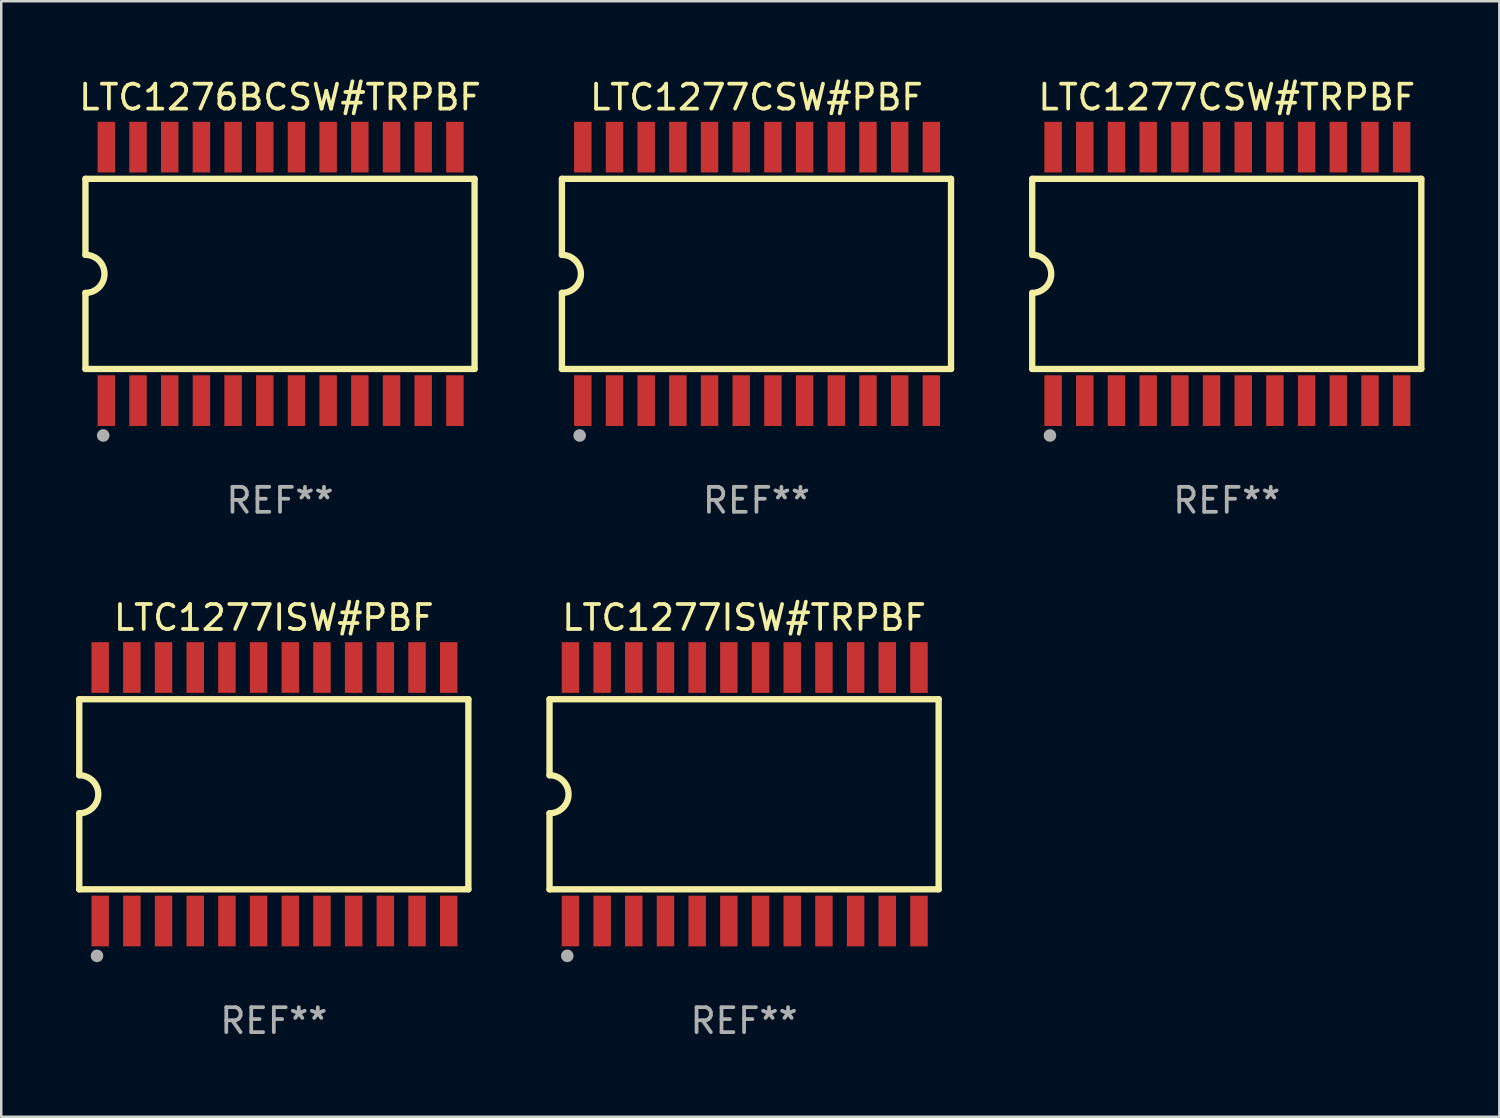
<source format=kicad_pcb>
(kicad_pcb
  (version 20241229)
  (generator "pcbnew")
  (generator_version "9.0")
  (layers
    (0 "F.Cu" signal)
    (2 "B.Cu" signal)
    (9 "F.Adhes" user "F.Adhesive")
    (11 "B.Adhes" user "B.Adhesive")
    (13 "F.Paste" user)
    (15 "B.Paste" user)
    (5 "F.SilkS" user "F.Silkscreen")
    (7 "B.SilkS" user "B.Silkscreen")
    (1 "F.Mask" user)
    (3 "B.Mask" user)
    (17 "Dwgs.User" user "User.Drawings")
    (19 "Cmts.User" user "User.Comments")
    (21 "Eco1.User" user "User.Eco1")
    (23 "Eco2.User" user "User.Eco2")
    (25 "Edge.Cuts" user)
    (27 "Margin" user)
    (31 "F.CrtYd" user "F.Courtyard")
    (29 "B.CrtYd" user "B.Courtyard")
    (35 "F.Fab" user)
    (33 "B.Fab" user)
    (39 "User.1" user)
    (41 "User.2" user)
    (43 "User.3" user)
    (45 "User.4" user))
  (footprint "LTC1277ISW#PBF"
    (layer "F.Cu")
    (at 7.925 28.785)
    (property "Reference" "LTC1277ISW#PBF" (at 0 -7.08 0) (layer "F.SilkS") (effects (font (size 1 1) (thickness 0.15))))
    (attr through_hole)
    (fp_line (start -7.798 -3.81) (end -7.798 -0.762) (stroke (width 0.254) (type solid)) (layer "F.SilkS"))
    (fp_line (start -7.798 3.81) (end -7.798 0.762) (stroke (width 0.254) (type solid)) (layer "F.SilkS"))
    (fp_line (start 7.798 -3.81) (end -7.798 -3.81) (stroke (width 0.254) (type solid)) (layer "F.SilkS"))
    (fp_line (start 7.798 3.81) (end -7.798 3.81) (stroke (width 0.254) (type solid)) (layer "F.SilkS"))
    (fp_line (start 7.798 3.81) (end 7.798 -3.81) (stroke (width 0.254) (type solid)) (layer "F.SilkS"))
    (fp_arc (start -7.797791 -0.762002) (mid -7.03579 -0.000001) (end -7.79779 0.762002) (stroke (width 0.254001) (type solid)) (layer "F.SilkS"))
    (fp_circle (center -7.825 3.75) (end -7.795 3.75) (stroke (width 0.06) (type solid)) (fill no) (layer "F.SilkS"))
    (fp_circle (center -7.087 6.477) (end -6.96 6.477) (stroke (width 0.254) (type solid)) (fill no) (layer "F.Fab"))
    (fp_text user "REF**" (at 0 9.08 0) (layer "F.Fab") (effects (font (size 1 1) (thickness 0.15))))
    (pad "1" smd rect (at -6.96 5.08 90) (size 2.032 0.7) (layers "F.Cu" "F.Mask" "F.Paste"))
    (pad "2" smd rect (at -5.69 5.08 90) (size 2.032 0.7) (layers "F.Cu" "F.Mask" "F.Paste"))
    (pad "3" smd rect (at -4.42 5.08 90) (size 2.032 0.7) (layers "F.Cu" "F.Mask" "F.Paste"))
    (pad "4" smd rect (at -3.15 5.08 90) (size 2.032 0.7) (layers "F.Cu" "F.Mask" "F.Paste"))
    (pad "5" smd rect (at -1.88 5.08 90) (size 2.032 0.7) (layers "F.Cu" "F.Mask" "F.Paste"))
    (pad "6" smd rect (at -0.61 5.08 90) (size 2.032 0.7) (layers "F.Cu" "F.Mask" "F.Paste"))
    (pad "7" smd rect (at 0.66 5.08 90) (size 2.032 0.7) (layers "F.Cu" "F.Mask" "F.Paste"))
    (pad "8" smd rect (at 1.93 5.08 90) (size 2.032 0.7) (layers "F.Cu" "F.Mask" "F.Paste"))
    (pad "9" smd rect (at 3.2 5.08 90) (size 2.032 0.7) (layers "F.Cu" "F.Mask" "F.Paste"))
    (pad "10" smd rect (at 4.47 5.08 90) (size 2.032 0.7) (layers "F.Cu" "F.Mask" "F.Paste"))
    (pad "11" smd rect (at 5.74 5.08 90) (size 2.032 0.7) (layers "F.Cu" "F.Mask" "F.Paste"))
    (pad "12" smd rect (at 7.01 5.08 90) (size 2.032 0.7) (layers "F.Cu" "F.Mask" "F.Paste"))
    (pad "13" smd rect (at 7.01 -5.08 90) (size 2.032 0.7) (layers "F.Cu" "F.Mask" "F.Paste"))
    (pad "14" smd rect (at 5.74 -5.08 90) (size 2.032 0.7) (layers "F.Cu" "F.Mask" "F.Paste"))
    (pad "15" smd rect (at 4.47 -5.08 90) (size 2.032 0.7) (layers "F.Cu" "F.Mask" "F.Paste"))
    (pad "16" smd rect (at 3.2 -5.08 90) (size 2.032 0.7) (layers "F.Cu" "F.Mask" "F.Paste"))
    (pad "17" smd rect (at 1.93 -5.08 90) (size 2.032 0.7) (layers "F.Cu" "F.Mask" "F.Paste"))
    (pad "18" smd rect (at 0.66 -5.08 90) (size 2.032 0.7) (layers "F.Cu" "F.Mask" "F.Paste"))
    (pad "19" smd rect (at -0.61 -5.08 90) (size 2.032 0.7) (layers "F.Cu" "F.Mask" "F.Paste"))
    (pad "20" smd rect (at -1.88 -5.08 90) (size 2.032 0.7) (layers "F.Cu" "F.Mask" "F.Paste"))
    (pad "21" smd rect (at -3.15 -5.08 90) (size 2.032 0.7) (layers "F.Cu" "F.Mask" "F.Paste"))
    (pad "22" smd rect (at -4.42 -5.08 90) (size 2.032 0.7) (layers "F.Cu" "F.Mask" "F.Paste"))
    (pad "23" smd rect (at -5.69 -5.08 90) (size 2.032 0.7) (layers "F.Cu" "F.Mask" "F.Paste"))
    (pad "24" smd rect (at -6.96 -5.08 90) (size 2.032 0.7) (layers "F.Cu" "F.Mask" "F.Paste")))
  (footprint "LTC1276BCSW#TRPBF"
    (layer "F.Cu")
    (at 8.173 7.928)
    (property "Reference" "LTC1276BCSW#TRPBF" (at 0 -7.08 0) (layer "F.SilkS") (effects (font (size 1 1) (thickness 0.15))))
    (attr through_hole)
    (fp_line (start -7.798 -3.81) (end -7.798 -0.762) (stroke (width 0.254) (type solid)) (layer "F.SilkS"))
    (fp_line (start -7.798 3.81) (end -7.798 0.762) (stroke (width 0.254) (type solid)) (layer "F.SilkS"))
    (fp_line (start 7.798 -3.81) (end -7.798 -3.81) (stroke (width 0.254) (type solid)) (layer "F.SilkS"))
    (fp_line (start 7.798 3.81) (end -7.798 3.81) (stroke (width 0.254) (type solid)) (layer "F.SilkS"))
    (fp_line (start 7.798 3.81) (end 7.798 -3.81) (stroke (width 0.254) (type solid)) (layer "F.SilkS"))
    (fp_arc (start -7.797791 -0.762002) (mid -7.03579 -0.000001) (end -7.79779 0.762002) (stroke (width 0.254001) (type solid)) (layer "F.SilkS"))
    (fp_circle (center -7.825 3.75) (end -7.795 3.75) (stroke (width 0.06) (type solid)) (fill no) (layer "F.SilkS"))
    (fp_circle (center -7.087 6.477) (end -6.96 6.477) (stroke (width 0.254) (type solid)) (fill no) (layer "F.Fab"))
    (fp_text user "REF**" (at 0 9.08 0) (layer "F.Fab") (effects (font (size 1 1) (thickness 0.15))))
    (pad "1" smd rect (at -6.96 5.08 90) (size 2.032 0.7) (layers "F.Cu" "F.Mask" "F.Paste"))
    (pad "2" smd rect (at -5.69 5.08 90) (size 2.032 0.7) (layers "F.Cu" "F.Mask" "F.Paste"))
    (pad "3" smd rect (at -4.42 5.08 90) (size 2.032 0.7) (layers "F.Cu" "F.Mask" "F.Paste"))
    (pad "4" smd rect (at -3.15 5.08 90) (size 2.032 0.7) (layers "F.Cu" "F.Mask" "F.Paste"))
    (pad "5" smd rect (at -1.88 5.08 90) (size 2.032 0.7) (layers "F.Cu" "F.Mask" "F.Paste"))
    (pad "6" smd rect (at -0.61 5.08 90) (size 2.032 0.7) (layers "F.Cu" "F.Mask" "F.Paste"))
    (pad "7" smd rect (at 0.66 5.08 90) (size 2.032 0.7) (layers "F.Cu" "F.Mask" "F.Paste"))
    (pad "8" smd rect (at 1.93 5.08 90) (size 2.032 0.7) (layers "F.Cu" "F.Mask" "F.Paste"))
    (pad "9" smd rect (at 3.2 5.08 90) (size 2.032 0.7) (layers "F.Cu" "F.Mask" "F.Paste"))
    (pad "10" smd rect (at 4.47 5.08 90) (size 2.032 0.7) (layers "F.Cu" "F.Mask" "F.Paste"))
    (pad "11" smd rect (at 5.74 5.08 90) (size 2.032 0.7) (layers "F.Cu" "F.Mask" "F.Paste"))
    (pad "12" smd rect (at 7.01 5.08 90) (size 2.032 0.7) (layers "F.Cu" "F.Mask" "F.Paste"))
    (pad "13" smd rect (at 7.01 -5.08 90) (size 2.032 0.7) (layers "F.Cu" "F.Mask" "F.Paste"))
    (pad "14" smd rect (at 5.74 -5.08 90) (size 2.032 0.7) (layers "F.Cu" "F.Mask" "F.Paste"))
    (pad "15" smd rect (at 4.47 -5.08 90) (size 2.032 0.7) (layers "F.Cu" "F.Mask" "F.Paste"))
    (pad "16" smd rect (at 3.2 -5.08 90) (size 2.032 0.7) (layers "F.Cu" "F.Mask" "F.Paste"))
    (pad "17" smd rect (at 1.93 -5.08 90) (size 2.032 0.7) (layers "F.Cu" "F.Mask" "F.Paste"))
    (pad "18" smd rect (at 0.66 -5.08 90) (size 2.032 0.7) (layers "F.Cu" "F.Mask" "F.Paste"))
    (pad "19" smd rect (at -0.61 -5.08 90) (size 2.032 0.7) (layers "F.Cu" "F.Mask" "F.Paste"))
    (pad "20" smd rect (at -1.88 -5.08 90) (size 2.032 0.7) (layers "F.Cu" "F.Mask" "F.Paste"))
    (pad "21" smd rect (at -3.15 -5.08 90) (size 2.032 0.7) (layers "F.Cu" "F.Mask" "F.Paste"))
    (pad "22" smd rect (at -4.42 -5.08 90) (size 2.032 0.7) (layers "F.Cu" "F.Mask" "F.Paste"))
    (pad "23" smd rect (at -5.69 -5.08 90) (size 2.032 0.7) (layers "F.Cu" "F.Mask" "F.Paste"))
    (pad "24" smd rect (at -6.96 -5.08 90) (size 2.032 0.7) (layers "F.Cu" "F.Mask" "F.Paste")))
  (footprint "LTC1277ISW#TRPBF"
    (layer "F.Cu")
    (at 26.774 28.785)
    (property "Reference" "LTC1277ISW#TRPBF" (at 0 -7.08 0) (layer "F.SilkS") (effects (font (size 1 1) (thickness 0.15))))
    (attr through_hole)
    (fp_line (start -7.798 -3.81) (end -7.798 -0.762) (stroke (width 0.254) (type solid)) (layer "F.SilkS"))
    (fp_line (start -7.798 3.81) (end -7.798 0.762) (stroke (width 0.254) (type solid)) (layer "F.SilkS"))
    (fp_line (start 7.798 -3.81) (end -7.798 -3.81) (stroke (width 0.254) (type solid)) (layer "F.SilkS"))
    (fp_line (start 7.798 3.81) (end -7.798 3.81) (stroke (width 0.254) (type solid)) (layer "F.SilkS"))
    (fp_line (start 7.798 3.81) (end 7.798 -3.81) (stroke (width 0.254) (type solid)) (layer "F.SilkS"))
    (fp_arc (start -7.797791 -0.762002) (mid -7.03579 -0.000001) (end -7.79779 0.762002) (stroke (width 0.254001) (type solid)) (layer "F.SilkS"))
    (fp_circle (center -7.825 3.75) (end -7.795 3.75) (stroke (width 0.06) (type solid)) (fill no) (layer "F.SilkS"))
    (fp_circle (center -7.087 6.477) (end -6.96 6.477) (stroke (width 0.254) (type solid)) (fill no) (layer "F.Fab"))
    (fp_text user "REF**" (at 0 9.08 0) (layer "F.Fab") (effects (font (size 1 1) (thickness 0.15))))
    (pad "1" smd rect (at -6.96 5.08 90) (size 2.032 0.7) (layers "F.Cu" "F.Mask" "F.Paste"))
    (pad "2" smd rect (at -5.69 5.08 90) (size 2.032 0.7) (layers "F.Cu" "F.Mask" "F.Paste"))
    (pad "3" smd rect (at -4.42 5.08 90) (size 2.032 0.7) (layers "F.Cu" "F.Mask" "F.Paste"))
    (pad "4" smd rect (at -3.15 5.08 90) (size 2.032 0.7) (layers "F.Cu" "F.Mask" "F.Paste"))
    (pad "5" smd rect (at -1.88 5.08 90) (size 2.032 0.7) (layers "F.Cu" "F.Mask" "F.Paste"))
    (pad "6" smd rect (at -0.61 5.08 90) (size 2.032 0.7) (layers "F.Cu" "F.Mask" "F.Paste"))
    (pad "7" smd rect (at 0.66 5.08 90) (size 2.032 0.7) (layers "F.Cu" "F.Mask" "F.Paste"))
    (pad "8" smd rect (at 1.93 5.08 90) (size 2.032 0.7) (layers "F.Cu" "F.Mask" "F.Paste"))
    (pad "9" smd rect (at 3.2 5.08 90) (size 2.032 0.7) (layers "F.Cu" "F.Mask" "F.Paste"))
    (pad "10" smd rect (at 4.47 5.08 90) (size 2.032 0.7) (layers "F.Cu" "F.Mask" "F.Paste"))
    (pad "11" smd rect (at 5.74 5.08 90) (size 2.032 0.7) (layers "F.Cu" "F.Mask" "F.Paste"))
    (pad "12" smd rect (at 7.01 5.08 90) (size 2.032 0.7) (layers "F.Cu" "F.Mask" "F.Paste"))
    (pad "13" smd rect (at 7.01 -5.08 90) (size 2.032 0.7) (layers "F.Cu" "F.Mask" "F.Paste"))
    (pad "14" smd rect (at 5.74 -5.08 90) (size 2.032 0.7) (layers "F.Cu" "F.Mask" "F.Paste"))
    (pad "15" smd rect (at 4.47 -5.08 90) (size 2.032 0.7) (layers "F.Cu" "F.Mask" "F.Paste"))
    (pad "16" smd rect (at 3.2 -5.08 90) (size 2.032 0.7) (layers "F.Cu" "F.Mask" "F.Paste"))
    (pad "17" smd rect (at 1.93 -5.08 90) (size 2.032 0.7) (layers "F.Cu" "F.Mask" "F.Paste"))
    (pad "18" smd rect (at 0.66 -5.08 90) (size 2.032 0.7) (layers "F.Cu" "F.Mask" "F.Paste"))
    (pad "19" smd rect (at -0.61 -5.08 90) (size 2.032 0.7) (layers "F.Cu" "F.Mask" "F.Paste"))
    (pad "20" smd rect (at -1.88 -5.08 90) (size 2.032 0.7) (layers "F.Cu" "F.Mask" "F.Paste"))
    (pad "21" smd rect (at -3.15 -5.08 90) (size 2.032 0.7) (layers "F.Cu" "F.Mask" "F.Paste"))
    (pad "22" smd rect (at -4.42 -5.08 90) (size 2.032 0.7) (layers "F.Cu" "F.Mask" "F.Paste"))
    (pad "23" smd rect (at -5.69 -5.08 90) (size 2.032 0.7) (layers "F.Cu" "F.Mask" "F.Paste"))
    (pad "24" smd rect (at -6.96 -5.08 90) (size 2.032 0.7) (layers "F.Cu" "F.Mask" "F.Paste")))
  (footprint "LTC1277CSW#PBF"
    (layer "F.Cu")
    (at 27.27 7.928)
    (property "Reference" "LTC1277CSW#PBF" (at 0 -7.08 0) (layer "F.SilkS") (effects (font (size 1 1) (thickness 0.15))))
    (attr through_hole)
    (fp_line (start -7.798 -3.81) (end -7.798 -0.762) (stroke (width 0.254) (type solid)) (layer "F.SilkS"))
    (fp_line (start -7.798 3.81) (end -7.798 0.762) (stroke (width 0.254) (type solid)) (layer "F.SilkS"))
    (fp_line (start 7.798 -3.81) (end -7.798 -3.81) (stroke (width 0.254) (type solid)) (layer "F.SilkS"))
    (fp_line (start 7.798 3.81) (end -7.798 3.81) (stroke (width 0.254) (type solid)) (layer "F.SilkS"))
    (fp_line (start 7.798 3.81) (end 7.798 -3.81) (stroke (width 0.254) (type solid)) (layer "F.SilkS"))
    (fp_arc (start -7.797791 -0.762002) (mid -7.03579 -0.000001) (end -7.79779 0.762002) (stroke (width 0.254001) (type solid)) (layer "F.SilkS"))
    (fp_circle (center -7.825 3.75) (end -7.795 3.75) (stroke (width 0.06) (type solid)) (fill no) (layer "F.SilkS"))
    (fp_circle (center -7.087 6.477) (end -6.96 6.477) (stroke (width 0.254) (type solid)) (fill no) (layer "F.Fab"))
    (fp_text user "REF**" (at 0 9.08 0) (layer "F.Fab") (effects (font (size 1 1) (thickness 0.15))))
    (pad "1" smd rect (at -6.96 5.08 90) (size 2.032 0.7) (layers "F.Cu" "F.Mask" "F.Paste"))
    (pad "2" smd rect (at -5.69 5.08 90) (size 2.032 0.7) (layers "F.Cu" "F.Mask" "F.Paste"))
    (pad "3" smd rect (at -4.42 5.08 90) (size 2.032 0.7) (layers "F.Cu" "F.Mask" "F.Paste"))
    (pad "4" smd rect (at -3.15 5.08 90) (size 2.032 0.7) (layers "F.Cu" "F.Mask" "F.Paste"))
    (pad "5" smd rect (at -1.88 5.08 90) (size 2.032 0.7) (layers "F.Cu" "F.Mask" "F.Paste"))
    (pad "6" smd rect (at -0.61 5.08 90) (size 2.032 0.7) (layers "F.Cu" "F.Mask" "F.Paste"))
    (pad "7" smd rect (at 0.66 5.08 90) (size 2.032 0.7) (layers "F.Cu" "F.Mask" "F.Paste"))
    (pad "8" smd rect (at 1.93 5.08 90) (size 2.032 0.7) (layers "F.Cu" "F.Mask" "F.Paste"))
    (pad "9" smd rect (at 3.2 5.08 90) (size 2.032 0.7) (layers "F.Cu" "F.Mask" "F.Paste"))
    (pad "10" smd rect (at 4.47 5.08 90) (size 2.032 0.7) (layers "F.Cu" "F.Mask" "F.Paste"))
    (pad "11" smd rect (at 5.74 5.08 90) (size 2.032 0.7) (layers "F.Cu" "F.Mask" "F.Paste"))
    (pad "12" smd rect (at 7.01 5.08 90) (size 2.032 0.7) (layers "F.Cu" "F.Mask" "F.Paste"))
    (pad "13" smd rect (at 7.01 -5.08 90) (size 2.032 0.7) (layers "F.Cu" "F.Mask" "F.Paste"))
    (pad "14" smd rect (at 5.74 -5.08 90) (size 2.032 0.7) (layers "F.Cu" "F.Mask" "F.Paste"))
    (pad "15" smd rect (at 4.47 -5.08 90) (size 2.032 0.7) (layers "F.Cu" "F.Mask" "F.Paste"))
    (pad "16" smd rect (at 3.2 -5.08 90) (size 2.032 0.7) (layers "F.Cu" "F.Mask" "F.Paste"))
    (pad "17" smd rect (at 1.93 -5.08 90) (size 2.032 0.7) (layers "F.Cu" "F.Mask" "F.Paste"))
    (pad "18" smd rect (at 0.66 -5.08 90) (size 2.032 0.7) (layers "F.Cu" "F.Mask" "F.Paste"))
    (pad "19" smd rect (at -0.61 -5.08 90) (size 2.032 0.7) (layers "F.Cu" "F.Mask" "F.Paste"))
    (pad "20" smd rect (at -1.88 -5.08 90) (size 2.032 0.7) (layers "F.Cu" "F.Mask" "F.Paste"))
    (pad "21" smd rect (at -3.15 -5.08 90) (size 2.032 0.7) (layers "F.Cu" "F.Mask" "F.Paste"))
    (pad "22" smd rect (at -4.42 -5.08 90) (size 2.032 0.7) (layers "F.Cu" "F.Mask" "F.Paste"))
    (pad "23" smd rect (at -5.69 -5.08 90) (size 2.032 0.7) (layers "F.Cu" "F.Mask" "F.Paste"))
    (pad "24" smd rect (at -6.96 -5.08 90) (size 2.032 0.7) (layers "F.Cu" "F.Mask" "F.Paste")))
  (footprint "LTC1277CSW#TRPBF"
    (layer "F.Cu")
    (at 46.12 7.928)
    (property "Reference" "LTC1277CSW#TRPBF" (at 0 -7.08 0) (layer "F.SilkS") (effects (font (size 1 1) (thickness 0.15))))
    (attr through_hole)
    (fp_line (start -7.798 -3.81) (end -7.798 -0.762) (stroke (width 0.254) (type solid)) (layer "F.SilkS"))
    (fp_line (start -7.798 3.81) (end -7.798 0.762) (stroke (width 0.254) (type solid)) (layer "F.SilkS"))
    (fp_line (start 7.798 -3.81) (end -7.798 -3.81) (stroke (width 0.254) (type solid)) (layer "F.SilkS"))
    (fp_line (start 7.798 3.81) (end -7.798 3.81) (stroke (width 0.254) (type solid)) (layer "F.SilkS"))
    (fp_line (start 7.798 3.81) (end 7.798 -3.81) (stroke (width 0.254) (type solid)) (layer "F.SilkS"))
    (fp_arc (start -7.797791 -0.762002) (mid -7.03579 -0.000001) (end -7.79779 0.762002) (stroke (width 0.254001) (type solid)) (layer "F.SilkS"))
    (fp_circle (center -7.825 3.75) (end -7.795 3.75) (stroke (width 0.06) (type solid)) (fill no) (layer "F.SilkS"))
    (fp_circle (center -7.087 6.477) (end -6.96 6.477) (stroke (width 0.254) (type solid)) (fill no) (layer "F.Fab"))
    (fp_text user "REF**" (at 0 9.08 0) (layer "F.Fab") (effects (font (size 1 1) (thickness 0.15))))
    (pad "1" smd rect (at -6.96 5.08 90) (size 2.032 0.7) (layers "F.Cu" "F.Mask" "F.Paste"))
    (pad "2" smd rect (at -5.69 5.08 90) (size 2.032 0.7) (layers "F.Cu" "F.Mask" "F.Paste"))
    (pad "3" smd rect (at -4.42 5.08 90) (size 2.032 0.7) (layers "F.Cu" "F.Mask" "F.Paste"))
    (pad "4" smd rect (at -3.15 5.08 90) (size 2.032 0.7) (layers "F.Cu" "F.Mask" "F.Paste"))
    (pad "5" smd rect (at -1.88 5.08 90) (size 2.032 0.7) (layers "F.Cu" "F.Mask" "F.Paste"))
    (pad "6" smd rect (at -0.61 5.08 90) (size 2.032 0.7) (layers "F.Cu" "F.Mask" "F.Paste"))
    (pad "7" smd rect (at 0.66 5.08 90) (size 2.032 0.7) (layers "F.Cu" "F.Mask" "F.Paste"))
    (pad "8" smd rect (at 1.93 5.08 90) (size 2.032 0.7) (layers "F.Cu" "F.Mask" "F.Paste"))
    (pad "9" smd rect (at 3.2 5.08 90) (size 2.032 0.7) (layers "F.Cu" "F.Mask" "F.Paste"))
    (pad "10" smd rect (at 4.47 5.08 90) (size 2.032 0.7) (layers "F.Cu" "F.Mask" "F.Paste"))
    (pad "11" smd rect (at 5.74 5.08 90) (size 2.032 0.7) (layers "F.Cu" "F.Mask" "F.Paste"))
    (pad "12" smd rect (at 7.01 5.08 90) (size 2.032 0.7) (layers "F.Cu" "F.Mask" "F.Paste"))
    (pad "13" smd rect (at 7.01 -5.08 90) (size 2.032 0.7) (layers "F.Cu" "F.Mask" "F.Paste"))
    (pad "14" smd rect (at 5.74 -5.08 90) (size 2.032 0.7) (layers "F.Cu" "F.Mask" "F.Paste"))
    (pad "15" smd rect (at 4.47 -5.08 90) (size 2.032 0.7) (layers "F.Cu" "F.Mask" "F.Paste"))
    (pad "16" smd rect (at 3.2 -5.08 90) (size 2.032 0.7) (layers "F.Cu" "F.Mask" "F.Paste"))
    (pad "17" smd rect (at 1.93 -5.08 90) (size 2.032 0.7) (layers "F.Cu" "F.Mask" "F.Paste"))
    (pad "18" smd rect (at 0.66 -5.08 90) (size 2.032 0.7) (layers "F.Cu" "F.Mask" "F.Paste"))
    (pad "19" smd rect (at -0.61 -5.08 90) (size 2.032 0.7) (layers "F.Cu" "F.Mask" "F.Paste"))
    (pad "20" smd rect (at -1.88 -5.08 90) (size 2.032 0.7) (layers "F.Cu" "F.Mask" "F.Paste"))
    (pad "21" smd rect (at -3.15 -5.08 90) (size 2.032 0.7) (layers "F.Cu" "F.Mask" "F.Paste"))
    (pad "22" smd rect (at -4.42 -5.08 90) (size 2.032 0.7) (layers "F.Cu" "F.Mask" "F.Paste"))
    (pad "23" smd rect (at -5.69 -5.08 90) (size 2.032 0.7) (layers "F.Cu" "F.Mask" "F.Paste"))
    (pad "24" smd rect (at -6.96 -5.08 90) (size 2.032 0.7) (layers "F.Cu" "F.Mask" "F.Paste")))
  (gr_rect
    (start -3 -3)
    (end 57.045 41.713)
    (stroke (width 0.1) (type default))
    (fill no)
    (layer "Edge.Cuts")))
</source>
